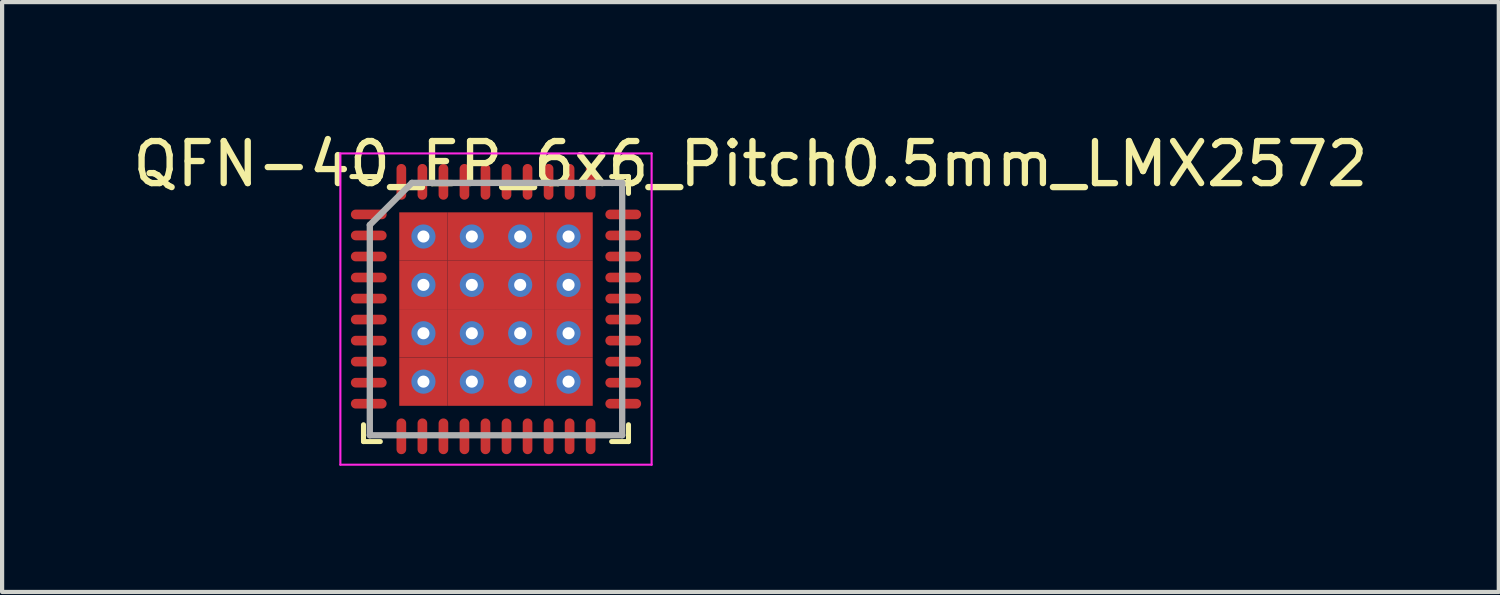
<source format=kicad_pcb>
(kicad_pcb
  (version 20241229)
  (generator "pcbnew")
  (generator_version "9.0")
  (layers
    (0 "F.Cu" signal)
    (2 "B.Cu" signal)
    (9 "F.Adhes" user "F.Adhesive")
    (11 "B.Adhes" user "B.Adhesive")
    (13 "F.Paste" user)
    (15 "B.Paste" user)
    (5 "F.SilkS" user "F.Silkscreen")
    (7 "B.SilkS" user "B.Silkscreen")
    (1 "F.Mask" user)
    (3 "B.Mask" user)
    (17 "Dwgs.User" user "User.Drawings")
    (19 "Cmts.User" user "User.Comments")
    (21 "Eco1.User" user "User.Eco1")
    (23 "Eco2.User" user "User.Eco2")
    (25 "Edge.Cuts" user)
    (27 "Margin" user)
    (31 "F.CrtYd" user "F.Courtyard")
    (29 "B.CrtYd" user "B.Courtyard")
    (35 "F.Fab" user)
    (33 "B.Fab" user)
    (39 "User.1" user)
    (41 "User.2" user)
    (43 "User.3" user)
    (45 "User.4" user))
  (footprint "QFN-40_EP_6x6_Pitch0.5mm_LMX2572"
    (layer "F.Cu")
    (at 8.742 4.298)
    (property "Reference" "QFN-40_EP_6x6_Pitch0.5mm_LMX2572" (at 6.05 -3.45 0) (layer "F.SilkS") (effects (font (size 1 1) (thickness 0.15))))
    (attr through_hole)
    (fp_line (start -3.15 3.15) (end -3.15 2.75) (stroke (width 0.12) (type solid)) (layer "F.SilkS"))
    (fp_line (start -2.75 -3.15) (end -3.425 -3.15) (stroke (width 0.12) (type solid)) (layer "F.SilkS"))
    (fp_line (start -2.75 3.15) (end -3.15 3.15) (stroke (width 0.12) (type solid)) (layer "F.SilkS"))
    (fp_line (start 2.75 -3.15) (end 3.15 -3.15) (stroke (width 0.12) (type solid)) (layer "F.SilkS"))
    (fp_line (start 2.75 3.15) (end 3.15 3.15) (stroke (width 0.12) (type solid)) (layer "F.SilkS"))
    (fp_line (start 3.15 -3.15) (end 3.15 -2.75) (stroke (width 0.12) (type solid)) (layer "F.SilkS"))
    (fp_line (start 3.15 3.15) (end 3.15 2.75) (stroke (width 0.12) (type solid)) (layer "F.SilkS"))
    (fp_line (start -3.7 -3.7) (end 3.7 -3.7) (stroke (width 0.05) (type solid)) (layer "F.CrtYd"))
    (fp_line (start -3.7 3.7) (end -3.7 -3.7) (stroke (width 0.05) (type solid)) (layer "F.CrtYd"))
    (fp_line (start 3.7 -3.7) (end 3.7 3.7) (stroke (width 0.05) (type solid)) (layer "F.CrtYd"))
    (fp_line (start 3.7 3.7) (end -3.7 3.7) (stroke (width 0.05) (type solid)) (layer "F.CrtYd"))
    (fp_line (start -3 -2) (end -3 3) (stroke (width 0.15) (type solid)) (layer "F.Fab"))
    (fp_line (start -3 3) (end 3 3) (stroke (width 0.15) (type solid)) (layer "F.Fab"))
    (fp_line (start -2 -3) (end -3 -2) (stroke (width 0.15) (type solid)) (layer "F.Fab"))
    (fp_line (start 3 -3) (end -2 -3) (stroke (width 0.15) (type solid)) (layer "F.Fab"))
    (fp_line (start 3 3) (end 3 -3) (stroke (width 0.15) (type solid)) (layer "F.Fab"))
    (pad "1" smd oval (at -3.025 -2.25 90) (size 0.23 0.85) (layers "F.Cu" "F.Mask" "F.Paste"))
    (pad "2" smd oval (at -3.025 -1.75 90) (size 0.23 0.85) (layers "F.Cu" "F.Mask" "F.Paste"))
    (pad "3" smd oval (at -3.025 -1.25 90) (size 0.23 0.85) (layers "F.Cu" "F.Mask" "F.Paste"))
    (pad "4" smd oval (at -3.025 -0.75 90) (size 0.23 0.85) (layers "F.Cu" "F.Mask" "F.Paste"))
    (pad "5" smd oval (at -3.025 -0.25 90) (size 0.23 0.85) (layers "F.Cu" "F.Mask" "F.Paste"))
    (pad "6" smd oval (at -3.025 0.25 90) (size 0.23 0.85) (layers "F.Cu" "F.Mask" "F.Paste"))
    (pad "7" smd oval (at -3.025 0.75 90) (size 0.23 0.85) (layers "F.Cu" "F.Mask" "F.Paste"))
    (pad "8" smd oval (at -3.025 1.25 90) (size 0.23 0.85) (layers "F.Cu" "F.Mask" "F.Paste"))
    (pad "9" smd oval (at -3.025 1.75 90) (size 0.23 0.85) (layers "F.Cu" "F.Mask" "F.Paste"))
    (pad "10" smd oval (at -3.025 2.25 90) (size 0.23 0.85) (layers "F.Cu" "F.Mask" "F.Paste"))
    (pad "11" smd oval (at -2.25 3.025) (size 0.23 0.85) (layers "F.Cu" "F.Mask" "F.Paste"))
    (pad "12" smd oval (at -1.75 3.025) (size 0.23 0.85) (layers "F.Cu" "F.Mask" "F.Paste"))
    (pad "13" smd oval (at -1.25 3.025) (size 0.23 0.85) (layers "F.Cu" "F.Mask" "F.Paste"))
    (pad "14" smd oval (at -0.75 3.025) (size 0.23 0.85) (layers "F.Cu" "F.Mask" "F.Paste"))
    (pad "15" smd oval (at -0.25 3.025) (size 0.23 0.85) (layers "F.Cu" "F.Mask" "F.Paste"))
    (pad "16" smd oval (at 0.25 3.025) (size 0.23 0.85) (layers "F.Cu" "F.Mask" "F.Paste"))
    (pad "17" smd oval (at 0.75 3.025) (size 0.23 0.85) (layers "F.Cu" "F.Mask" "F.Paste"))
    (pad "18" smd oval (at 1.25 3.025) (size 0.23 0.85) (layers "F.Cu" "F.Mask" "F.Paste"))
    (pad "19" smd oval (at 1.75 3.025) (size 0.23 0.85) (layers "F.Cu" "F.Mask" "F.Paste"))
    (pad "20" smd oval (at 2.25 3.025) (size 0.23 0.85) (layers "F.Cu" "F.Mask" "F.Paste"))
    (pad "21" smd oval (at 3.025 2.25 90) (size 0.23 0.85) (layers "F.Cu" "F.Mask" "F.Paste"))
    (pad "22" smd oval (at 3.025 1.75 90) (size 0.23 0.85) (layers "F.Cu" "F.Mask" "F.Paste"))
    (pad "23" smd oval (at 3.025 1.25 90) (size 0.23 0.85) (layers "F.Cu" "F.Mask" "F.Paste"))
    (pad "24" smd oval (at 3.025 0.75 90) (size 0.23 0.85) (layers "F.Cu" "F.Mask" "F.Paste"))
    (pad "25" smd oval (at 3.025 0.25 90) (size 0.23 0.85) (layers "F.Cu" "F.Mask" "F.Paste"))
    (pad "26" smd oval (at 3.025 -0.25 90) (size 0.23 0.85) (layers "F.Cu" "F.Mask" "F.Paste"))
    (pad "27" smd oval (at 3.025 -0.75 90) (size 0.23 0.85) (layers "F.Cu" "F.Mask" "F.Paste"))
    (pad "28" smd oval (at 3.025 -1.25 90) (size 0.23 0.85) (layers "F.Cu" "F.Mask" "F.Paste"))
    (pad "29" smd oval (at 3.025 -1.75 90) (size 0.23 0.85) (layers "F.Cu" "F.Mask" "F.Paste"))
    (pad "30" smd oval (at 3.025 -2.25 90) (size 0.23 0.85) (layers "F.Cu" "F.Mask" "F.Paste"))
    (pad "31" smd oval (at 2.25 -3.025) (size 0.23 0.85) (layers "F.Cu" "F.Mask" "F.Paste"))
    (pad "32" smd oval (at 1.75 -3.025) (size 0.23 0.85) (layers "F.Cu" "F.Mask" "F.Paste"))
    (pad "33" smd oval (at 1.25 -3.025) (size 0.23 0.85) (layers "F.Cu" "F.Mask" "F.Paste"))
    (pad "34" smd oval (at 0.75 -3.025) (size 0.23 0.85) (layers "F.Cu" "F.Mask" "F.Paste"))
    (pad "35" smd oval (at 0.25 -3.025) (size 0.23 0.85) (layers "F.Cu" "F.Mask" "F.Paste"))
    (pad "36" smd oval (at -0.25 -3.025) (size 0.23 0.85) (layers "F.Cu" "F.Mask" "F.Paste"))
    (pad "37" smd oval (at -0.75 -3.025) (size 0.23 0.85) (layers "F.Cu" "F.Mask" "F.Paste"))
    (pad "38" smd oval (at -1.25 -3.025) (size 0.23 0.85) (layers "F.Cu" "F.Mask" "F.Paste"))
    (pad "39" smd oval (at -1.75 -3.025) (size 0.23 0.85) (layers "F.Cu" "F.Mask" "F.Paste"))
    (pad "40" smd oval (at -2.25 -3.025) (size 0.23 0.85) (layers "F.Cu" "F.Mask" "F.Paste"))
    (pad "41" thru_hole circle (at -1.725 -1.725) (size 0.575 0.575) (drill 0.287) (layers "*.Cu" "*.Mask"))
    (pad "41" smd rect (at -1.725 -1.725) (size 1.15 1.15) (layers "F.Cu" "F.Mask" "F.Paste"))
    (pad "41" thru_hole circle (at -1.725 -0.575) (size 0.575 0.575) (drill 0.287) (layers "*.Cu" "*.Mask"))
    (pad "41" smd rect (at -1.725 -0.575) (size 1.15 1.15) (layers "F.Cu" "F.Mask" "F.Paste"))
    (pad "41" thru_hole circle (at -1.725 0.575) (size 0.575 0.575) (drill 0.287) (layers "*.Cu" "*.Mask"))
    (pad "41" smd rect (at -1.725 0.575) (size 1.15 1.15) (layers "F.Cu" "F.Mask" "F.Paste"))
    (pad "41" thru_hole circle (at -1.725 1.725) (size 0.575 0.575) (drill 0.287) (layers "*.Cu" "*.Mask"))
    (pad "41" smd rect (at -1.725 1.725) (size 1.15 1.15) (layers "F.Cu" "F.Mask" "F.Paste"))
    (pad "41" thru_hole circle (at -0.575 -1.725) (size 0.575 0.575) (drill 0.287) (layers "*.Cu" "*.Mask"))
    (pad "41" smd rect (at -0.575 -1.725) (size 1.15 1.15) (layers "F.Cu" "F.Mask" "F.Paste"))
    (pad "41" thru_hole circle (at -0.575 -0.575) (size 0.575 0.575) (drill 0.287) (layers "*.Cu" "*.Mask"))
    (pad "41" smd rect (at -0.575 -0.575) (size 1.15 1.15) (layers "F.Cu" "F.Mask" "F.Paste"))
    (pad "41" thru_hole circle (at -0.575 0.575) (size 0.575 0.575) (drill 0.287) (layers "*.Cu" "*.Mask"))
    (pad "41" smd rect (at -0.575 0.575) (size 1.15 1.15) (layers "F.Cu" "F.Mask" "F.Paste"))
    (pad "41" thru_hole circle (at -0.575 1.725) (size 0.575 0.575) (drill 0.287) (layers "*.Cu" "*.Mask"))
    (pad "41" smd rect (at -0.575 1.725) (size 1.15 1.15) (layers "F.Cu" "F.Mask" "F.Paste"))
    (pad "41" thru_hole circle (at 0.575 -1.725) (size 0.575 0.575) (drill 0.287) (layers "*.Cu" "*.Mask"))
    (pad "41" smd rect (at 0.575 -1.725) (size 1.15 1.15) (layers "F.Cu" "F.Mask" "F.Paste"))
    (pad "41" thru_hole circle (at 0.575 -0.575) (size 0.575 0.575) (drill 0.287) (layers "*.Cu" "*.Mask"))
    (pad "41" smd rect (at 0.575 -0.575) (size 1.15 1.15) (layers "F.Cu" "F.Mask" "F.Paste"))
    (pad "41" thru_hole circle (at 0.575 0.575) (size 0.575 0.575) (drill 0.287) (layers "*.Cu" "*.Mask"))
    (pad "41" smd rect (at 0.575 0.575) (size 1.15 1.15) (layers "F.Cu" "F.Mask" "F.Paste"))
    (pad "41" thru_hole circle (at 0.575 1.725) (size 0.575 0.575) (drill 0.287) (layers "*.Cu" "*.Mask"))
    (pad "41" smd rect (at 0.575 1.725) (size 1.15 1.15) (layers "F.Cu" "F.Mask" "F.Paste"))
    (pad "41" thru_hole circle (at 1.725 -1.725) (size 0.575 0.575) (drill 0.287) (layers "*.Cu" "*.Mask"))
    (pad "41" smd rect (at 1.725 -1.725) (size 1.15 1.15) (layers "F.Cu" "F.Mask" "F.Paste"))
    (pad "41" thru_hole circle (at 1.725 -0.575) (size 0.575 0.575) (drill 0.287) (layers "*.Cu" "*.Mask"))
    (pad "41" smd rect (at 1.725 -0.575) (size 1.15 1.15) (layers "F.Cu" "F.Mask" "F.Paste"))
    (pad "41" thru_hole circle (at 1.725 0.575) (size 0.575 0.575) (drill 0.287) (layers "*.Cu" "*.Mask"))
    (pad "41" smd rect (at 1.725 0.575) (size 1.15 1.15) (layers "F.Cu" "F.Mask" "F.Paste"))
    (pad "41" thru_hole circle (at 1.725 1.725) (size 0.575 0.575) (drill 0.287) (layers "*.Cu" "*.Mask"))
    (pad "41" smd rect (at 1.725 1.725) (size 1.15 1.15) (layers "F.Cu" "F.Mask" "F.Paste")))
  (gr_rect
    (start -3 -3)
    (end 32.583 11.023)
    (stroke (width 0.1) (type default))
    (fill no)
    (layer "Edge.Cuts")))
</source>
